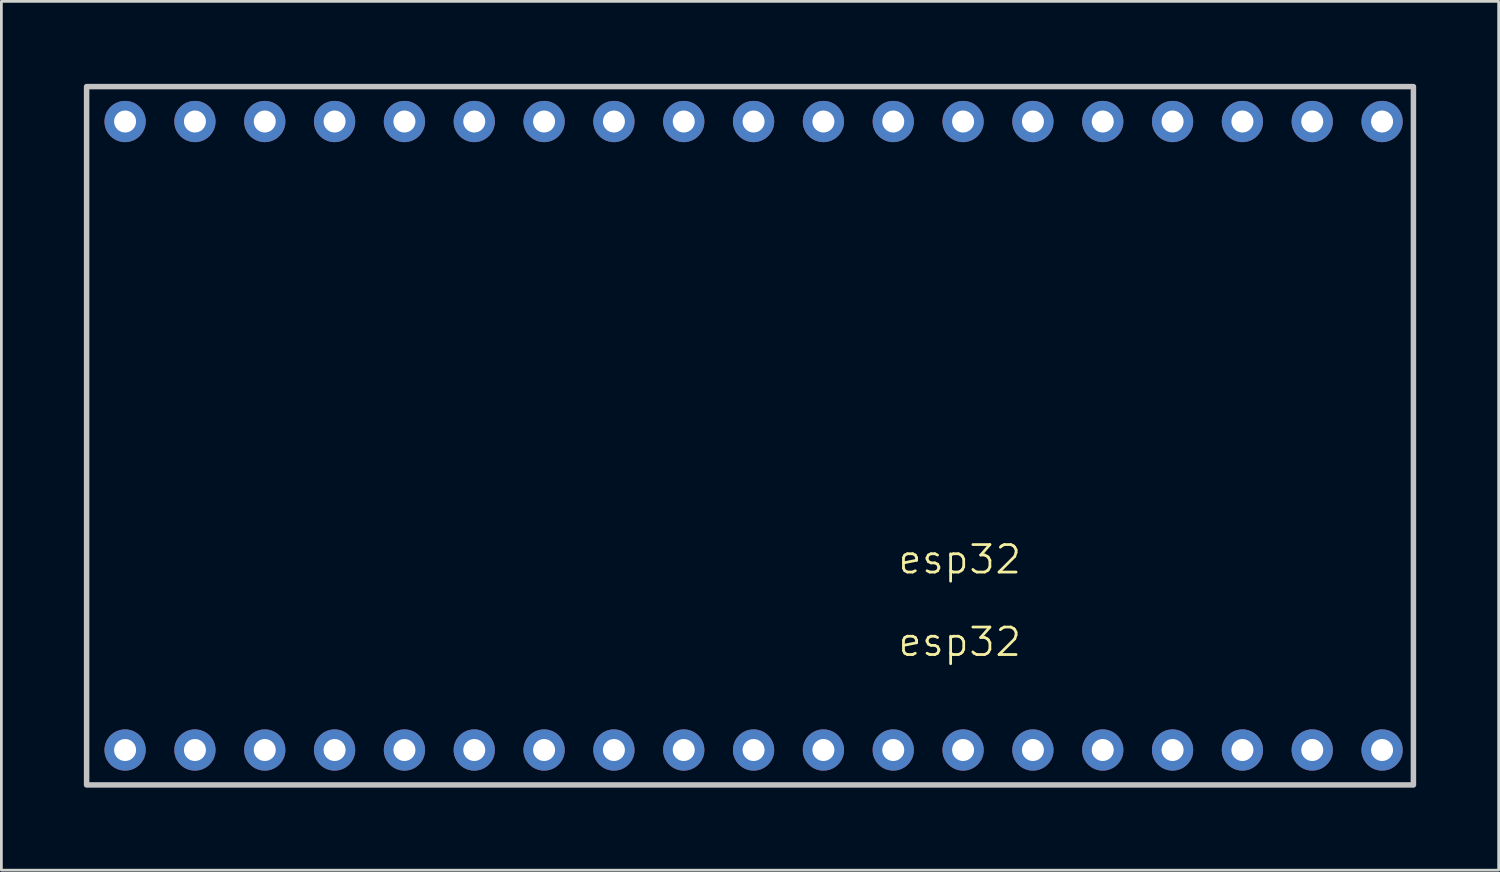
<source format=kicad_pcb>
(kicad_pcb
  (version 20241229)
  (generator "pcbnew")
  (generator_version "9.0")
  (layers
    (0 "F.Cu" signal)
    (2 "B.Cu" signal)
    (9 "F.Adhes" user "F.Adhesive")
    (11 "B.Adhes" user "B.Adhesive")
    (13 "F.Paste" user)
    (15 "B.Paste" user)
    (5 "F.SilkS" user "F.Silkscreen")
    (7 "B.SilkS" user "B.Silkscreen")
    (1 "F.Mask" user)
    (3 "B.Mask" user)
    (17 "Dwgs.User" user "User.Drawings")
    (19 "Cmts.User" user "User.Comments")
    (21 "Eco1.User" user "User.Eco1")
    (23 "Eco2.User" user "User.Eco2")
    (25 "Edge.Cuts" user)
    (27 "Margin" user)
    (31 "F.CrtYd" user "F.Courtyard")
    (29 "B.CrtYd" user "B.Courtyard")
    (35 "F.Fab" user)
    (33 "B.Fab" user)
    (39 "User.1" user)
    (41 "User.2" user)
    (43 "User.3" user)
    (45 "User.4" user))
  (footprint "esp32"
    (layer "F.Cu")
    (at 31.86 17.8)
    (property "Reference" "esp32" (at 0 -0.5 0) (unlocked yes) (layer "F.SilkS") (effects (font (size 1 1) (thickness 0.1))))
    (attr smd)
    (fp_rect (start -31.76 -17.7) (end 16.5 7.7) (stroke (width 0.2) (type solid)) (fill no) (layer "Dwgs.User"))
    (fp_text user "${REFERENCE}" (at 0 2.5 0) (unlocked yes) (layer "F.SilkS") (effects (font (size 1 1) (thickness 0.1))))
    (pad "1" thru_hole circle (at -30.36 -16.43) (size 1.5 1.5) (drill 0.8) (property pad_prop_mechanical) (layers "*.Cu" "*.Mask"))
    (pad "2" thru_hole circle (at -27.82 -16.43) (size 1.5 1.5) (drill 0.8) (property pad_prop_mechanical) (layers "*.Cu" "*.Mask"))
    (pad "3" thru_hole circle (at -25.28 -16.43) (size 1.5 1.5) (drill 0.8) (property pad_prop_mechanical) (layers "*.Cu" "*.Mask"))
    (pad "4" thru_hole circle (at -22.74 -16.43) (size 1.5 1.5) (drill 0.8) (property pad_prop_mechanical) (layers "*.Cu" "*.Mask"))
    (pad "5" thru_hole circle (at -20.2 -16.43) (size 1.5 1.5) (drill 0.8) (property pad_prop_mechanical) (layers "*.Cu" "*.Mask"))
    (pad "6" thru_hole circle (at -17.66 -16.43) (size 1.5 1.5) (drill 0.8) (property pad_prop_mechanical) (layers "*.Cu" "*.Mask"))
    (pad "7" thru_hole circle (at -15.12 -16.43) (size 1.5 1.5) (drill 0.8) (property pad_prop_mechanical) (layers "*.Cu" "*.Mask"))
    (pad "8" thru_hole circle (at -12.58 -16.43) (size 1.5 1.5) (drill 0.8) (property pad_prop_mechanical) (layers "*.Cu" "*.Mask"))
    (pad "9" thru_hole circle (at -10.04 -16.43) (size 1.5 1.5) (drill 0.8) (property pad_prop_mechanical) (layers "*.Cu" "*.Mask"))
    (pad "10" thru_hole circle (at -7.5 -16.43) (size 1.5 1.5) (drill 0.8) (property pad_prop_mechanical) (layers "*.Cu" "*.Mask"))
    (pad "11" thru_hole circle (at -4.96 -16.43) (size 1.5 1.5) (drill 0.8) (property pad_prop_mechanical) (layers "*.Cu" "*.Mask"))
    (pad "12" thru_hole circle (at -2.42 -16.43) (size 1.5 1.5) (drill 0.8) (property pad_prop_mechanical) (layers "*.Cu" "*.Mask"))
    (pad "13" thru_hole circle (at 0.12 -16.43) (size 1.5 1.5) (drill 0.8) (property pad_prop_mechanical) (layers "*.Cu" "*.Mask"))
    (pad "14" thru_hole circle (at 2.66 -16.43) (size 1.5 1.5) (drill 0.8) (property pad_prop_mechanical) (layers "*.Cu" "*.Mask"))
    (pad "15" thru_hole circle (at 5.2 -16.43) (size 1.5 1.5) (drill 0.8) (property pad_prop_mechanical) (layers "*.Cu" "*.Mask"))
    (pad "16" thru_hole circle (at 7.74 -16.43) (size 1.5 1.5) (drill 0.8) (property pad_prop_mechanical) (layers "*.Cu" "*.Mask"))
    (pad "17" thru_hole circle (at 10.28 -16.43) (size 1.5 1.5) (drill 0.8) (property pad_prop_mechanical) (layers "*.Cu" "*.Mask"))
    (pad "18" thru_hole circle (at 12.82 -16.43) (size 1.5 1.5) (drill 0.8) (property pad_prop_mechanical) (layers "*.Cu" "*.Mask"))
    (pad "19" thru_hole circle (at 15.36 -16.43) (size 1.5 1.5) (drill 0.8) (property pad_prop_mechanical) (layers "*.Cu" "*.Mask"))
    (pad "20" thru_hole circle (at -30.36 6.43) (size 1.5 1.5) (drill 0.8) (property pad_prop_mechanical) (layers "*.Cu" "*.Mask"))
    (pad "21" thru_hole circle (at -27.82 6.43) (size 1.5 1.5) (drill 0.8) (property pad_prop_mechanical) (layers "*.Cu" "*.Mask"))
    (pad "22" thru_hole circle (at -25.28 6.43) (size 1.5 1.5) (drill 0.8) (property pad_prop_mechanical) (layers "*.Cu" "*.Mask"))
    (pad "23" thru_hole circle (at -22.74 6.43) (size 1.5 1.5) (drill 0.8) (property pad_prop_mechanical) (layers "*.Cu" "*.Mask"))
    (pad "24" thru_hole circle (at -20.2 6.43) (size 1.5 1.5) (drill 0.8) (property pad_prop_mechanical) (layers "*.Cu" "*.Mask"))
    (pad "25" thru_hole circle (at -17.66 6.43) (size 1.5 1.5) (drill 0.8) (property pad_prop_mechanical) (layers "*.Cu" "*.Mask"))
    (pad "26" thru_hole circle (at -15.12 6.43) (size 1.5 1.5) (drill 0.8) (property pad_prop_mechanical) (layers "*.Cu" "*.Mask"))
    (pad "27" thru_hole circle (at -12.58 6.43) (size 1.5 1.5) (drill 0.8) (property pad_prop_mechanical) (layers "*.Cu" "*.Mask"))
    (pad "28" thru_hole circle (at -10.04 6.43) (size 1.5 1.5) (drill 0.8) (property pad_prop_mechanical) (layers "*.Cu" "*.Mask"))
    (pad "29" thru_hole circle (at -7.5 6.43) (size 1.5 1.5) (drill 0.8) (property pad_prop_mechanical) (layers "*.Cu" "*.Mask"))
    (pad "30" thru_hole circle (at -4.96 6.43) (size 1.5 1.5) (drill 0.8) (property pad_prop_mechanical) (layers "*.Cu" "*.Mask"))
    (pad "31" thru_hole circle (at -2.42 6.43) (size 1.5 1.5) (drill 0.8) (property pad_prop_mechanical) (layers "*.Cu" "*.Mask"))
    (pad "32" thru_hole circle (at 0.12 6.43) (size 1.5 1.5) (drill 0.8) (property pad_prop_mechanical) (layers "*.Cu" "*.Mask"))
    (pad "33" thru_hole circle (at 2.66 6.43) (size 1.5 1.5) (drill 0.8) (property pad_prop_mechanical) (layers "*.Cu" "*.Mask"))
    (pad "34" thru_hole circle (at 5.2 6.43) (size 1.5 1.5) (drill 0.8) (property pad_prop_mechanical) (layers "*.Cu" "*.Mask"))
    (pad "35" thru_hole circle (at 7.74 6.43) (size 1.5 1.5) (drill 0.8) (property pad_prop_mechanical) (layers "*.Cu" "*.Mask"))
    (pad "36" thru_hole circle (at 10.28 6.43) (size 1.5 1.5) (drill 0.8) (property pad_prop_mechanical) (layers "*.Cu" "*.Mask"))
    (pad "37" thru_hole circle (at 12.82 6.43) (size 1.5 1.5) (drill 0.8) (property pad_prop_mechanical) (layers "*.Cu" "*.Mask"))
    (pad "38" thru_hole circle (at 15.36 6.43) (size 1.5 1.5) (drill 0.8) (property pad_prop_mechanical) (layers "*.Cu" "*.Mask")))
  (gr_rect
    (start -3 -3)
    (end 51.46 28.6)
    (stroke (width 0.1) (type default))
    (fill no)
    (layer "Edge.Cuts")))
</source>
